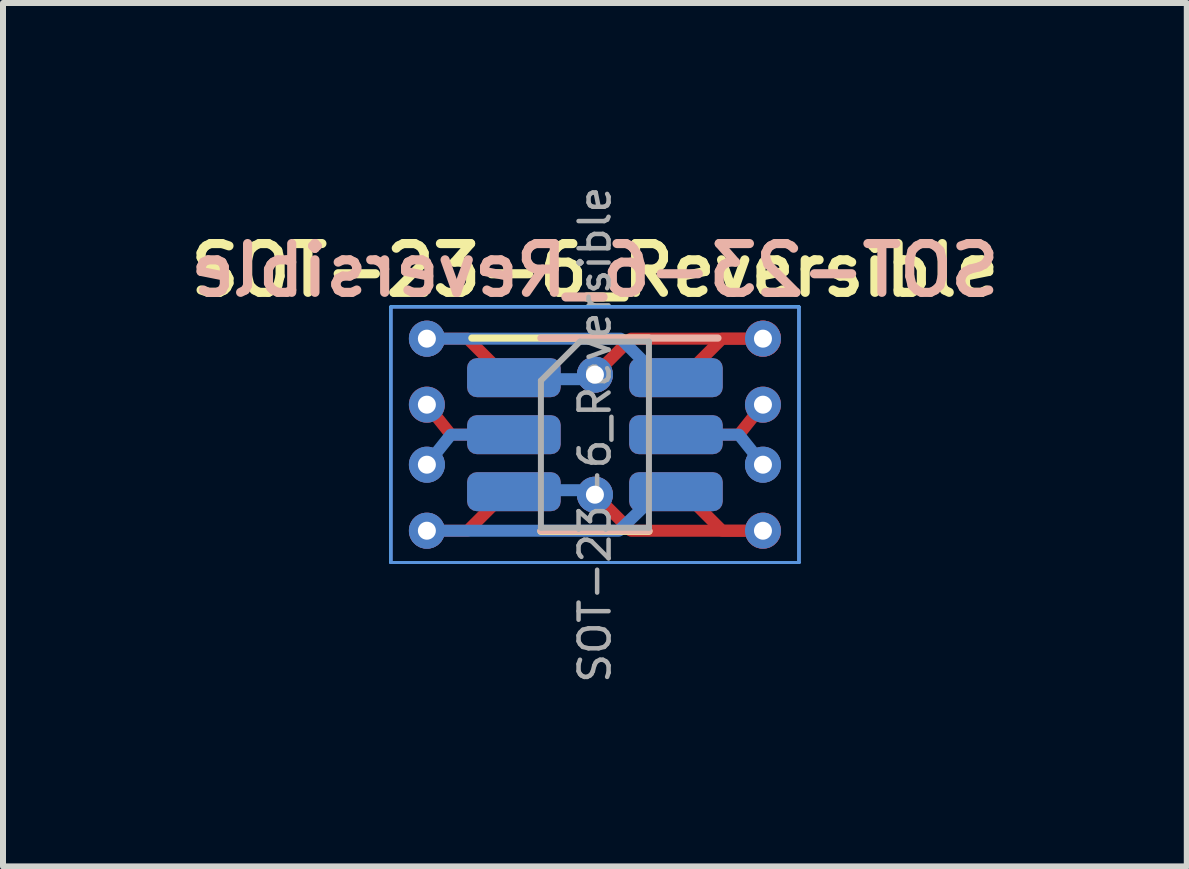
<source format=kicad_pcb>
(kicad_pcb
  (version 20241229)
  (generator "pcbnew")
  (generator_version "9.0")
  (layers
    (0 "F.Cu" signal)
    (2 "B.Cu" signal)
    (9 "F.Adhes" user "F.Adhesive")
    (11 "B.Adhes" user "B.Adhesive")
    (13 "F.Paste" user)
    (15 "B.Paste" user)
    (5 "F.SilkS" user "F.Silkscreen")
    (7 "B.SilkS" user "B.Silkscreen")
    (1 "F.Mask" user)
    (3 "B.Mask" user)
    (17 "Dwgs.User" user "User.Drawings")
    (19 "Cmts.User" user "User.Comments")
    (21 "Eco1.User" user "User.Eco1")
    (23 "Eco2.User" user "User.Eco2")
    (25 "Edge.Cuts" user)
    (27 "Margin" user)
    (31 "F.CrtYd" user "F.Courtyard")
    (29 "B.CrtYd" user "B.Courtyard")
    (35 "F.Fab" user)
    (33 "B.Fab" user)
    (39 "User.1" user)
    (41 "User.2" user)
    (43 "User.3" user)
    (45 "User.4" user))
  (footprint "SOT-23-6_Reversible"
    (layer "F.Cu")
    (at 6.863 4.193)
    (property "Reference" "SOT-23-6_Reversible" (at 0 -2.74 0) (layer "F.SilkS") (effects (font (size 0.813 0.813) (thickness 0.152))))
    (attr smd)
    (fp_line (start -0.9 1.61) (end 0.9 1.61) (stroke (width 0.12) (type solid)) (layer "F.SilkS"))
    (fp_line (start 0.9 -1.61) (end -2.05 -1.61) (stroke (width 0.12) (type solid)) (layer "F.SilkS"))
    (fp_line (start -0.9 -1.61) (end 2.05 -1.61) (stroke (width 0.12) (type solid)) (layer "B.SilkS"))
    (fp_line (start -0.9 1.6) (end 0.9 1.6) (stroke (width 0.12) (type solid)) (layer "B.SilkS"))
    (fp_line (start -3.4 -2.13) (end 3.4 -2.13) (stroke (width 0.05) (type solid)) (layer "Cmts.User"))
    (fp_line (start -3.4 2.13) (end -3.4 -2.13) (stroke (width 0.05) (type solid)) (layer "Cmts.User"))
    (fp_line (start 3.4 -2.13) (end 3.4 2.13) (stroke (width 0.05) (type solid)) (layer "Cmts.User"))
    (fp_line (start 3.4 2.13) (end -3.4 2.13) (stroke (width 0.05) (type solid)) (layer "Cmts.User"))
    (fp_line (start -3.4 -2.13) (end 3.4 -2.13) (stroke (width 0.05) (type solid)) (layer "B.CrtYd"))
    (fp_line (start -3.4 2.13) (end -3.4 -2.13) (stroke (width 0.05) (type solid)) (layer "B.CrtYd"))
    (fp_line (start 3.4 -2.13) (end 3.4 2.13) (stroke (width 0.05) (type solid)) (layer "B.CrtYd"))
    (fp_line (start 3.4 2.13) (end -3.4 2.13) (stroke (width 0.05) (type solid)) (layer "B.CrtYd"))
    (fp_line (start -3.4 -2.13) (end 3.4 -2.13) (stroke (width 0.05) (type solid)) (layer "F.CrtYd"))
    (fp_line (start -3.4 2.13) (end -3.4 -2.13) (stroke (width 0.05) (type solid)) (layer "F.CrtYd"))
    (fp_line (start 3.4 -2.13) (end 3.4 2.13) (stroke (width 0.05) (type solid)) (layer "F.CrtYd"))
    (fp_line (start 3.4 2.13) (end -3.4 2.13) (stroke (width 0.05) (type solid)) (layer "F.CrtYd"))
    (fp_line (start -0.9 -0.9) (end -0.9 1.55) (stroke (width 0.1) (type solid)) (layer "F.Fab"))
    (fp_line (start -0.9 -0.9) (end -0.25 -1.55) (stroke (width 0.1) (type solid)) (layer "F.Fab"))
    (fp_line (start 0.9 -1.55) (end -0.25 -1.55) (stroke (width 0.1) (type solid)) (layer "F.Fab"))
    (fp_line (start 0.9 -1.55) (end 0.9 1.55) (stroke (width 0.1) (type solid)) (layer "F.Fab"))
    (fp_line (start 0.9 1.55) (end -0.9 1.55) (stroke (width 0.1) (type solid)) (layer "F.Fab"))
    (fp_text user "${REFERENCE}" (at 0 -2.74 0) (layer "B.SilkS") (effects (font (size 0.813 0.813) (thickness 0.152)) (justify mirror)))
    (fp_text user "${REFERENCE}" (at 0 0 90) (layer "F.Fab") (effects (font (size 0.5 0.5) (thickness 0.075))))
    (pad "1" thru_hole circle (at -2.8 -1.6) (size 0.6 0.6) (drill 0.3) (layers "*.Cu"))
    (pad "1" smd custom (at -2.8 -1.6) (size 0.6 0.6) (layers "F.Cu") (options (anchor circle)) (primitives (gr_line (start 0 0) (end 0.68 0) (width 0.2)) (gr_line (start 0.68 0) (end 1.29 0.61) (width 0.2)) (gr_line (start 0.9 0.65) (end 2 0.65) (width 0.4))))
    (pad "1" smd custom (at -2.8 -1.6) (size 0.6 0.6) (layers "B.Cu") (options (anchor circle)) (primitives (gr_line (start 0 0) (end 0.7 0) (width 0.2)) (gr_line (start 0.7 0) (end 3.23 0) (width 0.2)) (gr_line (start 3.23 0) (end 3.87 0.64) (width 0.2)) (gr_line (start 3.6 0.65) (end 4.7 0.65) (width 0.4))))
    (pad "1" smd roundrect (at -1.35 -0.95) (size 1.56 0.65) (layers "F.Cu" "F.Mask" "F.Paste") (roundrect_rratio 0.25))
    (pad "1" smd roundrect (at 1.35 -0.95) (size 1.56 0.65) (layers "B.Cu" "B.Mask" "B.Paste") (roundrect_rratio 0.25))
    (pad "2" thru_hole circle (at -2.8 -0.5) (size 0.6 0.6) (drill 0.3) (layers "*.Cu"))
    (pad "2" smd custom (at -2.8 -0.5) (size 0.6 0.6) (layers "F.Cu") (options (anchor circle)) (primitives (gr_line (start 0 0) (end 0.4 0.5) (width 0.2)) (gr_line (start 0.4 0.5) (end 0.995 0.5) (width 0.2)) (gr_line (start 0.9 0.5) (end 2 0.5) (width 0.4))))
    (pad "2" smd roundrect (at -1.35 0) (size 1.56 0.65) (layers "F.Cu" "F.Mask" "F.Paste") (roundrect_rratio 0.25))
    (pad "2" smd roundrect (at 1.35 0) (size 1.56 0.65) (layers "B.Cu" "B.Mask" "B.Paste") (roundrect_rratio 0.25))
    (pad "2" thru_hole circle (at 2.8 0.5) (size 0.6 0.6) (drill 0.3) (layers "*.Cu"))
    (pad "2" smd custom (at 2.8 0.5 180) (size 0.6 0.6) (layers "B.Cu") (options (anchor circle)) (primitives (gr_line (start 0 0) (end 0.4 0.5) (width 0.2)) (gr_line (start 0.4 0.5) (end 0.995 0.5) (width 0.2)) (gr_line (start 0.9 0.5) (end 2 0.5) (width 0.4))))
    (pad "3" thru_hole circle (at -2.8 1.6) (size 0.6 0.6) (drill 0.3) (layers "*.Cu"))
    (pad "3" smd custom (at -2.8 1.6 180) (size 0.6 0.6) (layers "F.Cu") (options (anchor circle)) (primitives (gr_line (start -0.68 0) (end 0 0) (width 0.2)) (gr_line (start -1.29 0.61) (end -0.68 0) (width 0.2)) (gr_line (start -2 0.65) (end -0.9 0.65) (width 0.4))))
    (pad "3" smd custom (at -2.8 1.6) (size 0.6 0.6) (layers "B.Cu") (options (anchor circle)) (primitives (gr_line (start 0 0) (end 0.68 0) (width 0.2)) (gr_line (start 0.68 0) (end 3.2 0) (width 0.2)) (gr_line (start 3.2 0) (end 3.875 -0.65) (width 0.2)) (gr_line (start 3.6 -0.65) (end 4.7 -0.65) (width 0.4))))
    (pad "3" smd roundrect (at -1.35 0.95) (size 1.56 0.65) (layers "F.Cu" "F.Mask" "F.Paste") (roundrect_rratio 0.25))
    (pad "3" smd roundrect (at 1.35 0.95) (size 1.56 0.65) (layers "B.Cu" "B.Mask" "B.Paste") (roundrect_rratio 0.25))
    (pad "4" smd roundrect (at -1.35 0.95) (size 1.56 0.65) (layers "B.Cu" "B.Mask" "B.Paste") (roundrect_rratio 0.25))
    (pad "4" thru_hole circle (at 0 1) (size 0.6 0.6) (drill 0.3) (layers "*.Cu"))
    (pad "4" smd custom (at 0 1) (size 0.6 0.6) (layers "B.Cu") (options (anchor circle)) (primitives (gr_line (start -1.2 -0.075) (end 0 -0.075) (width 0.2)) (gr_line (start -1.9 -0.075) (end -0.8 -0.075) (width 0.4))))
    (pad "4" smd roundrect (at 1.35 0.95) (size 1.56 0.65) (layers "F.Cu" "F.Mask" "F.Paste") (roundrect_rratio 0.25))
    (pad "4" thru_hole circle (at 2.8 1.6) (size 0.6 0.6) (drill 0.3) (layers "*.Cu"))
    (pad "4" smd custom (at 2.8 1.6 180) (size 0.6 0.6) (layers "F.Cu") (options (anchor circle)) (primitives (gr_line (start 0.66 0) (end 0 0) (width 0.2)) (gr_line (start 2.2 0) (end 0.66 0) (width 0.2)) (gr_line (start 2.8 0.6) (end 2.2 0) (width 0.2)) (gr_circle (center 2.8 0.6) (end 2.95 0.6) (width 0.3) (fill no))))
    (pad "4" smd custom (at 2.8 1.6 180) (size 0.6 0.6) (layers "F.Cu") (options (anchor circle)) (primitives (gr_line (start 0 0) (end 0.68 0) (width 0.2)) (gr_line (start 0.68 0) (end 1.29 0.61) (width 0.2)) (gr_line (start 0.9 0.65) (end 2 0.65) (width 0.4))))
    (pad "5" thru_hole circle (at -2.8 0.5) (size 0.6 0.6) (drill 0.3) (layers "*.Cu"))
    (pad "5" smd custom (at -2.8 0.5 180) (size 0.6 0.6) (layers "B.Cu") (options (anchor circle)) (primitives (gr_line (start -0.4 0.5) (end 0 0) (width 0.2)) (gr_line (start -0.995 0.5) (end -0.4 0.5) (width 0.2)) (gr_line (start -2 0.5) (end -0.9 0.5) (width 0.4))))
    (pad "5" smd roundrect (at -1.35 0) (size 1.56 0.65) (layers "B.Cu" "B.Mask" "B.Paste") (roundrect_rratio 0.25))
    (pad "5" smd roundrect (at 1.35 0) (size 1.56 0.65) (layers "F.Cu" "F.Mask" "F.Paste") (roundrect_rratio 0.25))
    (pad "5" thru_hole circle (at 2.8 -0.5) (size 0.6 0.6) (drill 0.3) (layers "*.Cu"))
    (pad "5" smd custom (at 2.8 -0.5) (size 0.6 0.6) (layers "F.Cu") (options (anchor circle)) (primitives (gr_line (start -0.4 0.5) (end 0 0) (width 0.2)) (gr_line (start -0.995 0.5) (end -0.4 0.5) (width 0.2)) (gr_line (start -2 0.5) (end -0.9 0.5) (width 0.4))))
    (pad "6" smd roundrect (at -1.35 -0.95) (size 1.56 0.65) (layers "B.Cu" "B.Mask" "B.Paste") (roundrect_rratio 0.25))
    (pad "6" thru_hole circle (at 0 -1) (size 0.6 0.6) (drill 0.3) (layers "*.Cu"))
    (pad "6" smd custom (at 0 -1) (size 0.6 0.6) (layers "B.Cu") (options (anchor circle)) (primitives (gr_line (start -1.2 0.075) (end 0 0.075) (width 0.2)) (gr_line (start -1.9 0.075) (end -0.8 0.075) (width 0.4))))
    (pad "6" smd roundrect (at 1.35 -0.95) (size 1.56 0.65) (layers "F.Cu" "F.Mask" "F.Paste") (roundrect_rratio 0.25))
    (pad "6" smd circle (at 2.8 -1.6) (size 0.6 0.6) (layers "F.Cu"))
    (pad "6" thru_hole circle (at 2.8 -1.6) (size 0.6 0.6) (drill 0.3) (layers "*.Cu"))
    (pad "6" smd custom (at 2.8 -1.6) (size 0.6 0.6) (layers "F.Cu") (options (anchor circle)) (primitives (gr_line (start -0.68 0) (end 0 0) (width 0.2)) (gr_line (start -1.29 0.61) (end -0.68 0) (width 0.2)) (gr_line (start -2 0.65) (end -0.9 0.65) (width 0.4))))
    (pad "6" smd custom (at 2.8 -1.6) (size 0.6 0.6) (layers "F.Cu") (options (anchor circle)) (primitives (gr_line (start 0 0) (end -0.66 0) (width 0.2)) (gr_line (start -0.66 0) (end -2.2 0) (width 0.2)) (gr_line (start -2.2 0) (end -2.8 0.6) (width 0.2)) (gr_circle (center -2.8 0.6) (end -2.65 0.6) (width 0.3) (fill no)))))
  (gr_rect
    (start -3 -3)
    (end 16.725 11.387)
    (stroke (width 0.1) (type default))
    (fill no)
    (layer "Edge.Cuts")))
</source>
